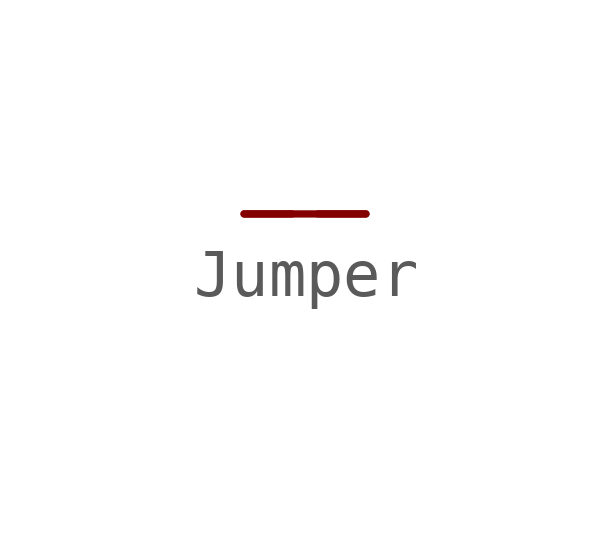
<source format=kicad_sym>
(kicad_symbol_lib
  (version 20220914)
  (generator kicad_symbol_editor)
  (symbol "Jumper"
    (pin_numbers hide)
    (pin_names
      (offset 0) hide)
    (property "Reference" "JP"
      (at 0 2.032 0)
      (effects (font (size 1.27 1.27)) hide))
    (symbol "Jumper_0_1"
      (polyline (pts (xy 1.27 0) (xy -1.27 0)) (stroke (width 0) (type default)) (fill (type none))))
    (symbol "Jumper_1_1"
      (pin passive line (at -1.27 0 0) (length 1) (name "A" (effects (font (size 1.27 1.27)))) (number "1" (effects (font (size 1.27 1.27)))))
      (pin passive line (at 1.27 0 180) (length 1) (name "B" (effects (font (size 1.27 1.27)))) (number "2" (effects (font (size 1.27 1.27))))))))
</source>
